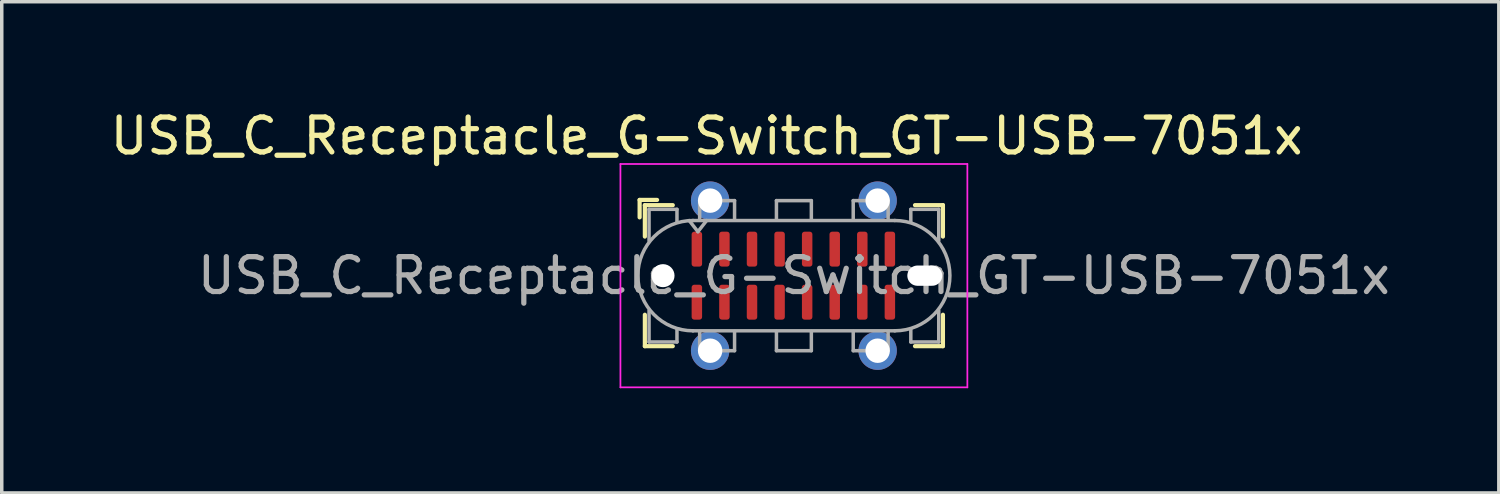
<source format=kicad_pcb>
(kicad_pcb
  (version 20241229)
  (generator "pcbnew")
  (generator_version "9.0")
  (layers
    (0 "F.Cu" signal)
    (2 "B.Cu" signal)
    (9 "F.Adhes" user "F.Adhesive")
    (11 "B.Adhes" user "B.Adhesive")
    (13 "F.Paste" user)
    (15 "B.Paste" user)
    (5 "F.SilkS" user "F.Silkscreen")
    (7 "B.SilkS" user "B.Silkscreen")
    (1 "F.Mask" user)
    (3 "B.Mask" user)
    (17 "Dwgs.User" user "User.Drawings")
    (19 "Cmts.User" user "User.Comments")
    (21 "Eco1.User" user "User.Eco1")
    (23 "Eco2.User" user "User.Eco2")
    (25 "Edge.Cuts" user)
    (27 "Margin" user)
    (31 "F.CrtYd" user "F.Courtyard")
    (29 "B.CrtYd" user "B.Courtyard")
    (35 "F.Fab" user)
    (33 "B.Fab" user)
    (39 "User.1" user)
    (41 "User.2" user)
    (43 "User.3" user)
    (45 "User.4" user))
  (footprint "USB_C_Receptacle_G-Switch_GT-USB-7051x"
    (layer "F.Cu")
    (at 19.696 4.848)
    (property "Reference" "USB_C_Receptacle_G-Switch_GT-USB-7051x" (at -2.5 -4 0) (unlocked yes) (layer "F.SilkS") (effects (font (size 1 1) (thickness 0.15))))
    (attr smd)
    (fp_line (start -4.42 -2.17) (end -4.42 -1.67) (stroke (width 0.12) (type solid)) (layer "F.SilkS"))
    (fp_line (start -4.42 -2.17) (end -3.92 -2.17) (stroke (width 0.12) (type solid)) (layer "F.SilkS"))
    (fp_line (start -4.27 -2.02) (end -4.27 -1.12) (stroke (width 0.12) (type solid)) (layer "F.SilkS"))
    (fp_line (start -4.27 -2.02) (end -3.47 -2.02) (stroke (width 0.12) (type solid)) (layer "F.SilkS"))
    (fp_line (start -4.27 2.02) (end -4.27 1.12) (stroke (width 0.12) (type solid)) (layer "F.SilkS"))
    (fp_line (start -4.27 2.02) (end -3.47 2.02) (stroke (width 0.12) (type solid)) (layer "F.SilkS"))
    (fp_line (start 4.27 -2.02) (end 3.47 -2.02) (stroke (width 0.12) (type solid)) (layer "F.SilkS"))
    (fp_line (start 4.27 -2.02) (end 4.27 -1.12) (stroke (width 0.12) (type solid)) (layer "F.SilkS"))
    (fp_line (start 4.27 2.02) (end 3.47 2.02) (stroke (width 0.12) (type solid)) (layer "F.SilkS"))
    (fp_line (start 4.27 2.02) (end 4.27 1.12) (stroke (width 0.12) (type solid)) (layer "F.SilkS"))
    (fp_line (start -4.97 -3.2) (end -4.97 3.2) (stroke (width 0.05) (type solid)) (layer "F.CrtYd"))
    (fp_line (start -4.97 3.2) (end 4.97 3.2) (stroke (width 0.05) (type solid)) (layer "F.CrtYd"))
    (fp_line (start 4.97 -3.2) (end -4.97 -3.2) (stroke (width 0.05) (type solid)) (layer "F.CrtYd"))
    (fp_line (start 4.97 3.2) (end 4.97 -3.2) (stroke (width 0.05) (type solid)) (layer "F.CrtYd"))
    (fp_line (start -4.15 -1.9) (end -4.15 -1) (stroke (width 0.1) (type solid)) (layer "F.Fab"))
    (fp_line (start -4.15 -1.9) (end -3.35 -1.9) (stroke (width 0.1) (type solid)) (layer "F.Fab"))
    (fp_line (start -4.15 1.9) (end -4.15 1) (stroke (width 0.1) (type solid)) (layer "F.Fab"))
    (fp_line (start -4.15 1.9) (end -3.35 1.9) (stroke (width 0.1) (type solid)) (layer "F.Fab"))
    (fp_line (start -3.35 -1.9) (end -3.35 -1.55) (stroke (width 0.1) (type solid)) (layer "F.Fab"))
    (fp_line (start -3.35 1.9) (end -3.35 1.55) (stroke (width 0.1) (type solid)) (layer "F.Fab"))
    (fp_line (start -2.89 1.58) (end 2.89 1.58) (stroke (width 0.1) (type solid)) (layer "F.Fab"))
    (fp_line (start -2.75 -1.26) (end -3 -1.58) (stroke (width 0.1) (type solid)) (layer "F.Fab"))
    (fp_line (start -2.7 -2.15) (end -1.7 -2.15) (stroke (width 0.1) (type solid)) (layer "F.Fab"))
    (fp_line (start -2.7 -1.6) (end -2.7 -2.15) (stroke (width 0.1) (type solid)) (layer "F.Fab"))
    (fp_line (start -2.7 1.6) (end -2.7 2.15) (stroke (width 0.1) (type solid)) (layer "F.Fab"))
    (fp_line (start -2.7 2.15) (end -1.7 2.15) (stroke (width 0.1) (type solid)) (layer "F.Fab"))
    (fp_line (start -2.5 -1.58) (end -2.75 -1.26) (stroke (width 0.1) (type solid)) (layer "F.Fab"))
    (fp_line (start -1.7 -2.15) (end -1.7 -1.6) (stroke (width 0.1) (type solid)) (layer "F.Fab"))
    (fp_line (start -1.7 2.15) (end -1.7 1.6) (stroke (width 0.1) (type solid)) (layer "F.Fab"))
    (fp_line (start -0.5 -2.15) (end 0.5 -2.15) (stroke (width 0.1) (type solid)) (layer "F.Fab"))
    (fp_line (start -0.5 -1.6) (end -0.5 -2.15) (stroke (width 0.1) (type solid)) (layer "F.Fab"))
    (fp_line (start -0.5 2.15) (end -0.5 1.6) (stroke (width 0.1) (type solid)) (layer "F.Fab"))
    (fp_line (start 0.5 -2.15) (end 0.5 -1.6) (stroke (width 0.1) (type solid)) (layer "F.Fab"))
    (fp_line (start 0.5 1.6) (end 0.5 2.15) (stroke (width 0.1) (type solid)) (layer "F.Fab"))
    (fp_line (start 0.5 2.15) (end -0.5 2.15) (stroke (width 0.1) (type solid)) (layer "F.Fab"))
    (fp_line (start 1.7 -2.15) (end 1.7 -1.6) (stroke (width 0.1) (type solid)) (layer "F.Fab"))
    (fp_line (start 1.7 2.15) (end 1.7 1.6) (stroke (width 0.1) (type solid)) (layer "F.Fab"))
    (fp_line (start 2.7 -2.15) (end 1.7 -2.15) (stroke (width 0.1) (type solid)) (layer "F.Fab"))
    (fp_line (start 2.7 -1.6) (end 2.7 -2.15) (stroke (width 0.1) (type solid)) (layer "F.Fab"))
    (fp_line (start 2.7 1.6) (end 2.7 2.15) (stroke (width 0.1) (type solid)) (layer "F.Fab"))
    (fp_line (start 2.7 2.15) (end 1.7 2.15) (stroke (width 0.1) (type solid)) (layer "F.Fab"))
    (fp_line (start 2.89 -1.58) (end -2.89 -1.58) (stroke (width 0.1) (type solid)) (layer "F.Fab"))
    (fp_line (start 3.35 -1.9) (end 3.35 -1.55) (stroke (width 0.1) (type solid)) (layer "F.Fab"))
    (fp_line (start 3.35 1.9) (end 3.35 1.55) (stroke (width 0.1) (type solid)) (layer "F.Fab"))
    (fp_line (start 4.15 -1.9) (end 3.35 -1.9) (stroke (width 0.1) (type solid)) (layer "F.Fab"))
    (fp_line (start 4.15 -1.9) (end 4.15 -1) (stroke (width 0.1) (type solid)) (layer "F.Fab"))
    (fp_line (start 4.15 1.9) (end 3.35 1.9) (stroke (width 0.1) (type solid)) (layer "F.Fab"))
    (fp_line (start 4.15 1.9) (end 4.15 1) (stroke (width 0.1) (type solid)) (layer "F.Fab"))
    (fp_arc (start -2.89 1.58) (mid -4.47 0) (end -2.89 -1.58) (stroke (width 0.1) (type solid)) (layer "F.Fab"))
    (fp_arc (start 2.89 -1.58) (mid 4.47 0) (end 2.89 1.58) (stroke (width 0.1) (type solid)) (layer "F.Fab"))
    (fp_text user "${REFERENCE}" (at 0 0 0) (unlocked yes) (layer "F.Fab") (effects (font (size 1 1) (thickness 0.15))))
    (pad "" np_thru_hole circle (at -3.75 0) (size 0.66 0.66) (drill 0.66) (layers "*.Cu" "*.Mask"))
    (pad "" np_thru_hole oval (at 3.75 0) (size 1 0.58) (drill oval 1 0.58) (layers "*.Cu" "*.Mask"))
    (pad "A1" smd roundrect (at -2.78 -0.76) (size 0.3 1) (layers "F.Cu" "F.Mask" "F.Paste") (roundrect_rratio 0.25))
    (pad "A4" smd roundrect (at -1.99 -0.76) (size 0.3 1) (layers "F.Cu" "F.Mask" "F.Paste") (roundrect_rratio 0.25))
    (pad "A5" smd roundrect (at -1.2 -0.76) (size 0.3 1) (layers "F.Cu" "F.Mask" "F.Paste") (roundrect_rratio 0.25))
    (pad "A6" smd roundrect (at -0.41 -0.76) (size 0.3 1) (layers "F.Cu" "F.Mask" "F.Paste") (roundrect_rratio 0.25))
    (pad "A7" smd roundrect (at 0.38 -0.76) (size 0.3 1) (layers "F.Cu" "F.Mask" "F.Paste") (roundrect_rratio 0.25))
    (pad "A8" smd roundrect (at 1.17 -0.76) (size 0.3 1) (layers "F.Cu" "F.Mask" "F.Paste") (roundrect_rratio 0.25))
    (pad "A9" smd roundrect (at 1.96 -0.76) (size 0.3 1) (layers "F.Cu" "F.Mask" "F.Paste") (roundrect_rratio 0.25))
    (pad "A12" smd roundrect (at 2.75 -0.76) (size 0.3 1) (layers "F.Cu" "F.Mask" "F.Paste") (roundrect_rratio 0.25))
    (pad "B1" smd roundrect (at 2.75 0.76) (size 0.3 1) (layers "F.Cu" "F.Mask" "F.Paste") (roundrect_rratio 0.25))
    (pad "B4" smd roundrect (at 1.96 0.76) (size 0.3 1) (layers "F.Cu" "F.Mask" "F.Paste") (roundrect_rratio 0.25))
    (pad "B5" smd roundrect (at 1.17 0.76) (size 0.3 1) (layers "F.Cu" "F.Mask" "F.Paste") (roundrect_rratio 0.25))
    (pad "B6" smd roundrect (at 0.38 0.76) (size 0.3 1) (layers "F.Cu" "F.Mask" "F.Paste") (roundrect_rratio 0.25))
    (pad "B7" smd roundrect (at -0.41 0.76) (size 0.3 1) (layers "F.Cu" "F.Mask" "F.Paste") (roundrect_rratio 0.25))
    (pad "B8" smd roundrect (at -1.2 0.76) (size 0.3 1) (layers "F.Cu" "F.Mask" "F.Paste") (roundrect_rratio 0.25))
    (pad "B9" smd roundrect (at -1.99 0.76) (size 0.3 1) (layers "F.Cu" "F.Mask" "F.Paste") (roundrect_rratio 0.25))
    (pad "B12" smd roundrect (at -2.78 0.76) (size 0.3 1) (layers "F.Cu" "F.Mask" "F.Paste") (roundrect_rratio 0.25))
    (pad "S1" thru_hole circle (at -2.4 -2.15) (size 1.1 1.1) (drill 0.7) (layers "*.Cu" "*.Mask" "F.Paste"))
    (pad "S1" thru_hole circle (at -2.4 2.15) (size 1.1 1.1) (drill 0.7) (layers "*.Cu" "*.Mask" "F.Paste"))
    (pad "S1" thru_hole circle (at 2.4 -2.15) (size 1.1 1.1) (drill 0.7) (layers "*.Cu" "*.Mask" "F.Paste"))
    (pad "S1" thru_hole circle (at 2.4 2.15) (size 1.1 1.1) (drill 0.7) (layers "*.Cu" "*.Mask" "F.Paste"))
    (zone (net_name "") (layer "F.Cu") (name "peg") (hatch full 0.508) (connect_pads) (min_thickness 0.254) (filled_areas_thickness no) (keepout (tracks not_allowed) (vias not_allowed) (pads not_allowed) (copperpour not_allowed) (footprints not_allowed)) (placement (enabled no)) (fill) (polygon (pts (xy 20.496 3.048) (xy 18.896 3.048) (xy 18.896 2.348) (xy 20.496 2.348))))
    (zone (net_name "") (layer "F.Cu") (name "peg") (hatch full 0.508) (connect_pads) (min_thickness 0.254) (filled_areas_thickness no) (keepout (tracks not_allowed) (vias not_allowed) (pads not_allowed) (copperpour not_allowed) (footprints not_allowed)) (placement (enabled no)) (fill) (polygon (pts (xy 20.496 7.348) (xy 18.896 7.348) (xy 18.896 6.648) (xy 20.496 6.648)))))
  (gr_rect
    (start -3 -3)
    (end 39.893 11.073)
    (stroke (width 0.1) (type default))
    (fill no)
    (layer "Edge.Cuts")))
</source>
